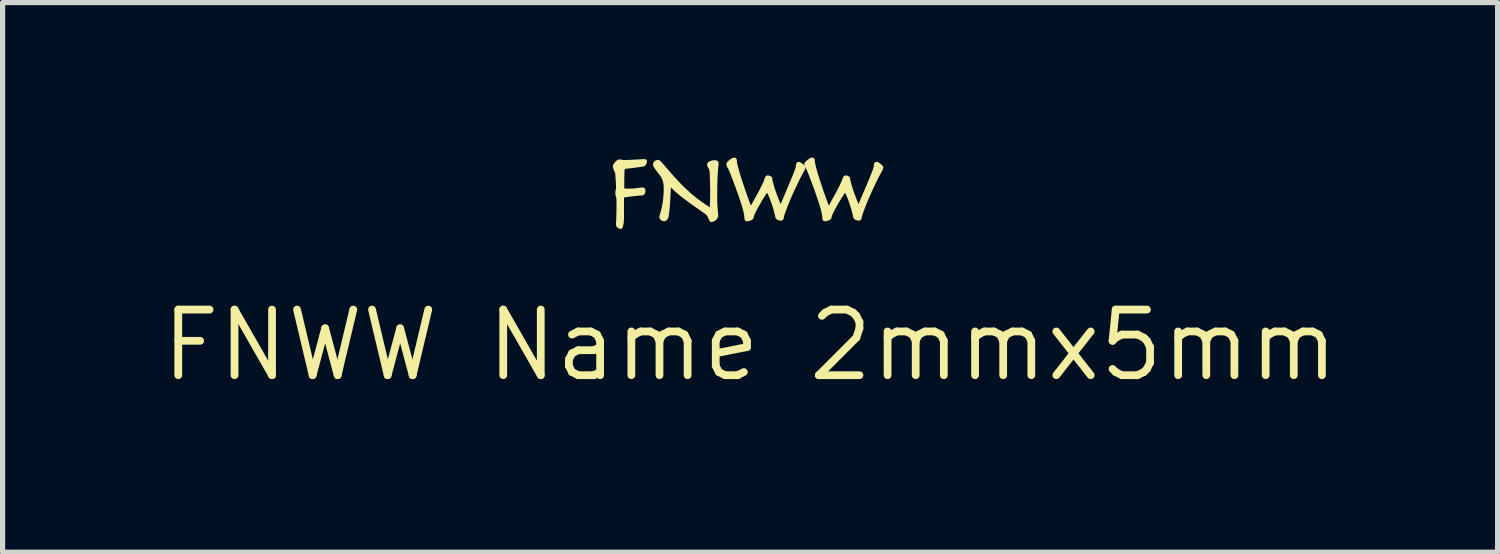
<source format=kicad_pcb>
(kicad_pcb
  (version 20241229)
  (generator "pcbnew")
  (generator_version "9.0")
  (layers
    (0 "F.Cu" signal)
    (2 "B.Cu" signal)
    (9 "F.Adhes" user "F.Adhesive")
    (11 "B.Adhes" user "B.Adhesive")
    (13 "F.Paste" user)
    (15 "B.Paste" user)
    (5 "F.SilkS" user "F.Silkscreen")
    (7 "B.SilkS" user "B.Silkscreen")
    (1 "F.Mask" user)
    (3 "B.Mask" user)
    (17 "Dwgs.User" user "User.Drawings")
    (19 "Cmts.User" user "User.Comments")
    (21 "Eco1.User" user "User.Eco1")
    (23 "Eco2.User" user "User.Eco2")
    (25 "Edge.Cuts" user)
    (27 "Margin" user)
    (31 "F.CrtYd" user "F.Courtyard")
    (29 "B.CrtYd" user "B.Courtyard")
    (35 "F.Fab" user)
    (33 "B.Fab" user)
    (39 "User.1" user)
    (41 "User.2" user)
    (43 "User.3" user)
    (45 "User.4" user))
  (footprint "FNWW Name 2mmx5mm"
    (layer "F.Cu")
    (at 11.468 1.632)
    (property "Reference" "FNWW Name 2mmx5mm" (at 0 2 0) (layer "F.SilkS") (effects (font (size 1.27 1.27) (thickness 0.15))))
    (fp_poly (pts (xy -2.039 -1.576) (xy -2.039 -1.576) (xy -2.038 -1.576) (xy -2.038 -1.576) (xy -2.037 -1.576) (xy -2.036 -1.576) (xy -2.036 -1.576) (xy -2.035 -1.575) (xy -2.034 -1.575) (xy -2.033 -1.575) (xy -2.033 -1.574) (xy -2.032 -1.574) (xy -2.031 -1.574) (xy -2.03 -1.573) (xy -2.03 -1.573) (xy -2.029 -1.572) (xy -2.028 -1.572) (xy -2.028 -1.572) (xy -2.028 -1.572) (xy -2.027 -1.571) (xy -2.027 -1.571) (xy -2.027 -1.571) (xy -2.026 -1.57) (xy -2.026 -1.57) (xy -2.026 -1.57) (xy -2.025 -1.569) (xy -2.025 -1.569) (xy -2.025 -1.568) (xy -2.025 -1.568) (xy -2.024 -1.568) (xy -2.024 -1.567) (xy -2.024 -1.567) (xy -2.024 -1.566) (xy -2.024 -1.566) (xy -2.023 -1.565) (xy -2.023 -1.565) (xy -2.023 -1.564) (xy -2.023 -1.563) (xy -2.023 -1.562) (xy -2.023 -1.561) (xy -2.023 -1.56) (xy -2.022 -1.558) (xy -2.022 -1.557) (xy -2.022 -1.556) (xy -2.022 -1.555) (xy -2.023 -1.555) (xy -2.023 -1.554) (xy -2.023 -1.553) (xy -2.023 -1.552) (xy -2.023 -1.551) (xy -2.023 -1.55) (xy -2.024 -1.549) (xy -2.024 -1.547) (xy -2.025 -1.545) (xy -2.025 -1.542) (xy -2.026 -1.54) (xy -2.027 -1.537) (xy -2.029 -1.534) (xy -2.03 -1.531) (xy -2.031 -1.528) (xy -2.032 -1.525) (xy -2.033 -1.523) (xy -2.035 -1.52) (xy -2.036 -1.517) (xy -2.037 -1.515) (xy -2.039 -1.512) (xy -2.04 -1.51) (xy -2.042 -1.507) (xy -2.044 -1.505) (xy -2.045 -1.502) (xy -2.047 -1.5) (xy -2.049 -1.498) (xy -2.05 -1.497) (xy -2.051 -1.496) (xy -2.052 -1.495) (xy -2.052 -1.494) (xy -2.053 -1.493) (xy -2.054 -1.492) (xy -2.055 -1.492) (xy -2.056 -1.491) (xy -2.057 -1.49) (xy -2.058 -1.49) (xy -2.059 -1.489) (xy -2.06 -1.489) (xy -2.061 -1.488) (xy -2.062 -1.488) (xy -2.063 -1.487) (xy -2.064 -1.487) (xy -2.073 -1.485) (xy -2.083 -1.483) (xy -2.094 -1.482) (xy -2.105 -1.48) (xy -2.128 -1.476) (xy -2.153 -1.473) (xy -2.26 -1.459) (xy -2.362 -1.447) (xy -2.384 -1.444) (xy -2.404 -1.441) (xy -2.421 -1.438) (xy -2.429 -1.436) (xy -2.436 -1.435) (xy -2.437 -1.435) (xy -2.438 -1.434) (xy -2.439 -1.434) (xy -2.44 -1.434) (xy -2.441 -1.433) (xy -2.442 -1.433) (xy -2.442 -1.432) (xy -2.443 -1.432) (xy -2.444 -1.431) (xy -2.445 -1.43) (xy -2.445 -1.43) (xy -2.446 -1.429) (xy -2.447 -1.428) (xy -2.447 -1.427) (xy -2.448 -1.426) (xy -2.448 -1.425) (xy -2.449 -1.424) (xy -2.449 -1.423) (xy -2.45 -1.421) (xy -2.45 -1.42) (xy -2.451 -1.418) (xy -2.451 -1.416) (xy -2.452 -1.414) (xy -2.452 -1.411) (xy -2.452 -1.409) (xy -2.453 -1.406) (xy -2.454 -1.399) (xy -2.455 -1.392) (xy -2.455 -1.385) (xy -2.457 -1.37) (xy -2.458 -1.355) (xy -2.459 -1.324) (xy -2.46 -1.29) (xy -2.461 -1.254) (xy -2.462 -1.104) (xy -2.46 -1.005) (xy -2.334 -1.005) (xy -2.313 -1.005) (xy -2.294 -1.006) (xy -2.274 -1.006) (xy -2.255 -1.008) (xy -2.237 -1.009) (xy -2.22 -1.011) (xy -2.203 -1.013) (xy -2.186 -1.016) (xy -2.17 -1.018) (xy -2.155 -1.02) (xy -2.141 -1.022) (xy -2.128 -1.024) (xy -2.116 -1.025) (xy -2.104 -1.026) (xy -2.093 -1.026) (xy -2.083 -1.026) (xy -2.081 -1.026) (xy -2.079 -1.026) (xy -2.078 -1.026) (xy -2.076 -1.026) (xy -2.074 -1.025) (xy -2.073 -1.025) (xy -2.071 -1.025) (xy -2.07 -1.024) (xy -2.068 -1.023) (xy -2.067 -1.023) (xy -2.066 -1.022) (xy -2.065 -1.021) (xy -2.063 -1.02) (xy -2.062 -1.02) (xy -2.061 -1.019) (xy -2.06 -1.018) (xy -2.059 -1.016) (xy -2.059 -1.015) (xy -2.058 -1.014) (xy -2.057 -1.013) (xy -2.056 -1.011) (xy -2.056 -1.01) (xy -2.055 -1.008) (xy -2.055 -1.007) (xy -2.054 -1.005) (xy -2.054 -1.003) (xy -2.054 -1.001) (xy -2.053 -1) (xy -2.053 -0.998) (xy -2.053 -0.996) (xy -2.053 -0.993) (xy -2.053 -0.991) (xy -2.053 -0.988) (xy -2.053 -0.984) (xy -2.053 -0.98) (xy -2.053 -0.977) (xy -2.054 -0.973) (xy -2.054 -0.97) (xy -2.055 -0.967) (xy -2.056 -0.964) (xy -2.056 -0.961) (xy -2.057 -0.958) (xy -2.058 -0.955) (xy -2.059 -0.952) (xy -2.06 -0.95) (xy -2.061 -0.947) (xy -2.063 -0.945) (xy -2.064 -0.943) (xy -2.065 -0.941) (xy -2.067 -0.939) (xy -2.068 -0.937) (xy -2.07 -0.935) (xy -2.071 -0.934) (xy -2.073 -0.932) (xy -2.075 -0.931) (xy -2.076 -0.93) (xy -2.078 -0.929) (xy -2.08 -0.928) (xy -2.081 -0.928) (xy -2.082 -0.927) (xy -2.083 -0.927) (xy -2.083 -0.927) (xy -2.084 -0.926) (xy -2.085 -0.926) (xy -2.086 -0.926) (xy -2.087 -0.926) (xy -2.089 -0.926) (xy -2.091 -0.925) (xy -2.098 -0.925) (xy -2.106 -0.925) (xy -2.115 -0.925) (xy -2.124 -0.924) (xy -2.135 -0.924) (xy -2.146 -0.923) (xy -2.17 -0.921) (xy -2.196 -0.918) (xy -2.223 -0.915) (xy -2.251 -0.912) (xy -2.279 -0.909) (xy -2.307 -0.906) (xy -2.334 -0.902) (xy -2.361 -0.898) (xy -2.388 -0.895) (xy -2.412 -0.891) (xy -2.433 -0.887) (xy -2.451 -0.884) (xy -2.467 -0.881) (xy -2.467 -0.476) (xy -2.468 -0.428) (xy -2.469 -0.419) (xy -2.469 -0.411) (xy -2.47 -0.403) (xy -2.471 -0.395) (xy -2.471 -0.387) (xy -2.472 -0.378) (xy -2.473 -0.37) (xy -2.475 -0.362) (xy -2.476 -0.354) (xy -2.477 -0.346) (xy -2.479 -0.338) (xy -2.48 -0.331) (xy -2.482 -0.324) (xy -2.483 -0.317) (xy -2.485 -0.31) (xy -2.487 -0.304) (xy -2.487 -0.301) (xy -2.488 -0.298) (xy -2.489 -0.295) (xy -2.49 -0.293) (xy -2.491 -0.29) (xy -2.493 -0.288) (xy -2.494 -0.287) (xy -2.495 -0.285) (xy -2.496 -0.283) (xy -2.497 -0.282) (xy -2.498 -0.281) (xy -2.5 -0.28) (xy -2.501 -0.279) (xy -2.502 -0.279) (xy -2.504 -0.279) (xy -2.505 -0.279) (xy -2.506 -0.279) (xy -2.507 -0.279) (xy -2.508 -0.279) (xy -2.509 -0.279) (xy -2.51 -0.279) (xy -2.511 -0.279) (xy -2.513 -0.279) (xy -2.514 -0.28) (xy -2.515 -0.28) (xy -2.516 -0.28) (xy -2.517 -0.281) (xy -2.519 -0.281) (xy -2.52 -0.282) (xy -2.521 -0.282) (xy -2.523 -0.283) (xy -2.524 -0.283) (xy -2.527 -0.285) (xy -2.53 -0.286) (xy -2.532 -0.287) (xy -2.535 -0.289) (xy -2.537 -0.291) (xy -2.54 -0.292) (xy -2.542 -0.294) (xy -2.545 -0.296) (xy -2.547 -0.298) (xy -2.55 -0.3) (xy -2.552 -0.302) (xy -2.554 -0.304) (xy -2.556 -0.306) (xy -2.558 -0.308) (xy -2.56 -0.31) (xy -2.562 -0.312) (xy -2.563 -0.314) (xy -2.563 -0.315) (xy -2.564 -0.316) (xy -2.565 -0.317) (xy -2.565 -0.318) (xy -2.566 -0.319) (xy -2.567 -0.32) (xy -2.567 -0.321) (xy -2.567 -0.323) (xy -2.568 -0.324) (xy -2.568 -0.325) (xy -2.568 -0.326) (xy -2.569 -0.327) (xy -2.569 -0.328) (xy -2.569 -0.33) (xy -2.569 -0.331) (xy -2.569 -0.341) (xy -2.568 -0.351) (xy -2.568 -0.363) (xy -2.567 -0.374) (xy -2.564 -0.446) (xy -2.561 -0.576) (xy -2.56 -0.62) (xy -2.56 -0.672) (xy -2.559 -0.794) (xy -2.559 -0.802) (xy -2.559 -0.809) (xy -2.56 -0.817) (xy -2.56 -0.823) (xy -2.561 -0.83) (xy -2.561 -0.836) (xy -2.562 -0.841) (xy -2.562 -0.846) (xy -2.563 -0.851) (xy -2.564 -0.856) (xy -2.565 -0.86) (xy -2.566 -0.864) (xy -2.567 -0.869) (xy -2.568 -0.873) (xy -2.569 -0.877) (xy -2.57 -0.881) (xy -2.573 -0.889) (xy -2.575 -0.896) (xy -2.576 -0.9) (xy -2.577 -0.904) (xy -2.578 -0.907) (xy -2.578 -0.911) (xy -2.579 -0.915) (xy -2.58 -0.919) (xy -2.58 -0.923) (xy -2.581 -0.927) (xy -2.581 -0.931) (xy -2.581 -0.935) (xy -2.582 -0.94) (xy -2.582 -0.945) (xy -2.582 -0.953) (xy -2.581 -0.96) (xy -2.581 -0.968) (xy -2.58 -0.975) (xy -2.579 -0.982) (xy -2.578 -0.989) (xy -2.576 -0.996) (xy -2.574 -1.003) (xy -2.573 -1.01) (xy -2.571 -1.017) (xy -2.57 -1.024) (xy -2.569 -1.032) (xy -2.568 -1.039) (xy -2.568 -1.047) (xy -2.567 -1.055) (xy -2.567 -1.063) (xy -2.567 -1.066) (xy -2.567 -1.07) (xy -2.568 -1.08) (xy -2.569 -1.093) (xy -2.57 -1.109) (xy -2.574 -1.184) (xy -2.58 -1.269) (xy -2.585 -1.342) (xy -2.59 -1.35) (xy -2.594 -1.358) (xy -2.598 -1.367) (xy -2.602 -1.375) (xy -2.606 -1.383) (xy -2.61 -1.391) (xy -2.613 -1.4) (xy -2.617 -1.408) (xy -2.62 -1.416) (xy -2.622 -1.424) (xy -2.625 -1.431) (xy -2.626 -1.438) (xy -2.628 -1.444) (xy -2.628 -1.448) (xy -2.629 -1.451) (xy -2.629 -1.454) (xy -2.629 -1.457) (xy -2.63 -1.459) (xy -2.63 -1.462) (xy -2.63 -1.463) (xy -2.629 -1.465) (xy -2.629 -1.466) (xy -2.629 -1.467) (xy -2.629 -1.469) (xy -2.628 -1.471) (xy -2.628 -1.472) (xy -2.627 -1.474) (xy -2.626 -1.476) (xy -2.625 -1.478) (xy -2.625 -1.479) (xy -2.624 -1.481) (xy -2.623 -1.484) (xy -2.622 -1.486) (xy -2.62 -1.488) (xy -2.619 -1.49) (xy -2.616 -1.495) (xy -2.614 -1.499) (xy -2.611 -1.504) (xy -2.608 -1.508) (xy -2.604 -1.513) (xy -2.601 -1.517) (xy -2.597 -1.522) (xy -2.594 -1.526) (xy -2.59 -1.53) (xy -2.586 -1.534) (xy -2.582 -1.538) (xy -2.578 -1.542) (xy -2.574 -1.546) (xy -2.57 -1.549) (xy -2.566 -1.553) (xy -2.562 -1.556) (xy -2.56 -1.558) (xy -2.559 -1.559) (xy -2.557 -1.56) (xy -2.555 -1.561) (xy -2.553 -1.563) (xy -2.551 -1.564) (xy -2.549 -1.565) (xy -2.548 -1.565) (xy -2.546 -1.566) (xy -2.544 -1.567) (xy -2.543 -1.567) (xy -2.541 -1.568) (xy -2.54 -1.568) (xy -2.538 -1.568) (xy -2.537 -1.569) (xy -2.535 -1.569) (xy -2.53 -1.568) (xy -2.525 -1.568) (xy -2.519 -1.568) (xy -2.514 -1.567) (xy -2.508 -1.567) (xy -2.502 -1.566) (xy -2.496 -1.565) (xy -2.49 -1.564) (xy -2.483 -1.563) (xy -2.476 -1.562) (xy -2.468 -1.561) (xy -2.46 -1.56) (xy -2.45 -1.56) (xy -2.44 -1.559) (xy -2.43 -1.559) (xy -2.419 -1.559) (xy -2.393 -1.559) (xy -2.366 -1.56) (xy -2.337 -1.561) (xy -2.308 -1.562) (xy -2.196 -1.568) (xy -2.1 -1.573) (xy -2.08 -1.575) (xy -2.064 -1.576) (xy -2.05 -1.576) (xy -2.04 -1.576)) (stroke (width 0.053) (type solid)) (fill yes) (layer "F.SilkS"))
    (fp_poly (pts (xy -1.781 -1.561) (xy -1.78 -1.561) (xy -1.779 -1.561) (xy -1.779 -1.561) (xy -1.778 -1.561) (xy -1.777 -1.56) (xy -1.777 -1.56) (xy -1.776 -1.56) (xy -1.776 -1.56) (xy -1.775 -1.56) (xy -1.774 -1.559) (xy -1.774 -1.559) (xy -1.773 -1.559) (xy -1.772 -1.559) (xy -1.771 -1.558) (xy -1.771 -1.558) (xy -1.77 -1.558) (xy -1.769 -1.557) (xy -1.768 -1.556) (xy -1.767 -1.556) (xy -1.766 -1.555) (xy -1.765 -1.554) (xy -1.764 -1.553) (xy -1.763 -1.552) (xy -1.76 -1.55) (xy -1.757 -1.547) (xy -1.754 -1.544) (xy -1.75 -1.54) (xy -1.746 -1.537) (xy -1.742 -1.532) (xy -1.737 -1.527) (xy -1.732 -1.522) (xy -1.726 -1.516) (xy -1.721 -1.51) (xy -1.714 -1.503) (xy -1.708 -1.496) (xy -1.693 -1.479) (xy -1.676 -1.46) (xy -1.656 -1.437) (xy -1.634 -1.412) (xy -1.572 -1.339) (xy -1.513 -1.272) (xy -1.456 -1.209) (xy -1.402 -1.15) (xy -1.375 -1.122) (xy -1.349 -1.095) (xy -1.323 -1.069) (xy -1.296 -1.043) (xy -1.27 -1.018) (xy -1.245 -0.994) (xy -1.219 -0.97) (xy -1.193 -0.947) (xy -1.168 -0.924) (xy -1.142 -0.902) (xy -1.116 -0.881) (xy -1.09 -0.859) (xy -1.064 -0.839) (xy -1.039 -0.818) (xy -1.012 -0.799) (xy -0.986 -0.779) (xy -0.96 -0.76) (xy -0.933 -0.741) (xy -0.905 -0.722) (xy -0.877 -0.703) (xy -0.848 -0.683) (xy -0.819 -0.664) (xy -0.759 -0.625) (xy -0.753 -0.701) (xy -0.749 -0.763) (xy -0.747 -0.822) (xy -0.746 -0.887) (xy -0.746 -0.949) (xy -0.747 -1.009) (xy -0.748 -1.067) (xy -0.749 -1.121) (xy -0.755 -1.338) (xy -0.756 -1.348) (xy -0.757 -1.356) (xy -0.758 -1.365) (xy -0.759 -1.373) (xy -0.76 -1.38) (xy -0.761 -1.387) (xy -0.763 -1.394) (xy -0.765 -1.4) (xy -0.767 -1.406) (xy -0.769 -1.411) (xy -0.771 -1.416) (xy -0.773 -1.421) (xy -0.775 -1.426) (xy -0.777 -1.431) (xy -0.78 -1.435) (xy -0.782 -1.439) (xy -0.798 -1.466) (xy -0.799 -1.467) (xy -0.799 -1.469) (xy -0.8 -1.47) (xy -0.801 -1.472) (xy -0.802 -1.474) (xy -0.802 -1.475) (xy -0.803 -1.477) (xy -0.803 -1.479) (xy -0.804 -1.48) (xy -0.804 -1.482) (xy -0.804 -1.484) (xy -0.805 -1.486) (xy -0.805 -1.487) (xy -0.805 -1.489) (xy -0.805 -1.491) (xy -0.805 -1.493) (xy -0.805 -1.495) (xy -0.805 -1.497) (xy -0.805 -1.499) (xy -0.804 -1.501) (xy -0.804 -1.503) (xy -0.803 -1.505) (xy -0.803 -1.507) (xy -0.802 -1.509) (xy -0.801 -1.511) (xy -0.8 -1.513) (xy -0.799 -1.514) (xy -0.798 -1.516) (xy -0.797 -1.518) (xy -0.795 -1.519) (xy -0.794 -1.521) (xy -0.792 -1.522) (xy -0.791 -1.524) (xy -0.789 -1.525) (xy -0.787 -1.526) (xy -0.785 -1.528) (xy -0.784 -1.529) (xy -0.782 -1.53) (xy -0.78 -1.531) (xy -0.778 -1.532) (xy -0.776 -1.534) (xy -0.774 -1.535) (xy -0.772 -1.536) (xy -0.77 -1.537) (xy -0.768 -1.538) (xy -0.766 -1.539) (xy -0.763 -1.54) (xy -0.761 -1.54) (xy -0.756 -1.542) (xy -0.752 -1.544) (xy -0.747 -1.545) (xy -0.742 -1.547) (xy -0.737 -1.548) (xy -0.733 -1.549) (xy -0.728 -1.55) (xy -0.723 -1.551) (xy -0.718 -1.552) (xy -0.713 -1.553) (xy -0.709 -1.554) (xy -0.704 -1.554) (xy -0.7 -1.554) (xy -0.696 -1.555) (xy -0.692 -1.555) (xy -0.688 -1.555) (xy -0.686 -1.555) (xy -0.684 -1.555) (xy -0.682 -1.555) (xy -0.68 -1.555) (xy -0.677 -1.554) (xy -0.675 -1.554) (xy -0.673 -1.554) (xy -0.671 -1.553) (xy -0.669 -1.553) (xy -0.666 -1.552) (xy -0.664 -1.552) (xy -0.662 -1.551) (xy -0.66 -1.551) (xy -0.658 -1.55) (xy -0.655 -1.549) (xy -0.653 -1.548) (xy -0.652 -1.548) (xy -0.651 -1.547) (xy -0.65 -1.547) (xy -0.649 -1.546) (xy -0.648 -1.546) (xy -0.647 -1.545) (xy -0.646 -1.544) (xy -0.646 -1.544) (xy -0.645 -1.543) (xy -0.644 -1.542) (xy -0.643 -1.541) (xy -0.643 -1.541) (xy -0.642 -1.54) (xy -0.641 -1.539) (xy -0.641 -1.538) (xy -0.64 -1.537) (xy -0.64 -1.536) (xy -0.639 -1.535) (xy -0.639 -1.534) (xy -0.638 -1.533) (xy -0.638 -1.531) (xy -0.637 -1.53) (xy -0.637 -1.529) (xy -0.637 -1.528) (xy -0.636 -1.526) (xy -0.636 -1.525) (xy -0.636 -1.524) (xy -0.636 -1.522) (xy -0.636 -1.521) (xy -0.636 -1.519) (xy -0.636 -1.516) (xy -0.636 -1.512) (xy -0.636 -1.508) (xy -0.636 -1.503) (xy -0.637 -1.498) (xy -0.637 -1.492) (xy -0.638 -1.486) (xy -0.639 -1.48) (xy -0.64 -1.474) (xy -0.641 -1.466) (xy -0.642 -1.458) (xy -0.644 -1.436) (xy -0.647 -1.41) (xy -0.649 -1.378) (xy -0.652 -1.34) (xy -0.654 -1.294) (xy -0.657 -1.242) (xy -0.659 -1.182) (xy -0.661 -1.113) (xy -0.662 -1.033) (xy -0.663 -0.941) (xy -0.663 -0.838) (xy -0.663 -0.806) (xy -0.662 -0.777) (xy -0.661 -0.749) (xy -0.66 -0.723) (xy -0.659 -0.699) (xy -0.658 -0.677) (xy -0.656 -0.656) (xy -0.654 -0.636) (xy -0.648 -0.569) (xy -0.647 -0.555) (xy -0.646 -0.541) (xy -0.645 -0.527) (xy -0.645 -0.513) (xy -0.645 -0.51) (xy -0.645 -0.507) (xy -0.646 -0.504) (xy -0.646 -0.501) (xy -0.646 -0.498) (xy -0.647 -0.495) (xy -0.648 -0.492) (xy -0.648 -0.489) (xy -0.649 -0.486) (xy -0.65 -0.484) (xy -0.651 -0.481) (xy -0.652 -0.478) (xy -0.654 -0.476) (xy -0.655 -0.473) (xy -0.656 -0.471) (xy -0.658 -0.468) (xy -0.66 -0.466) (xy -0.661 -0.464) (xy -0.663 -0.461) (xy -0.665 -0.459) (xy -0.666 -0.457) (xy -0.668 -0.455) (xy -0.67 -0.453) (xy -0.672 -0.451) (xy -0.674 -0.449) (xy -0.676 -0.447) (xy -0.677 -0.445) (xy -0.679 -0.443) (xy -0.681 -0.441) (xy -0.683 -0.44) (xy -0.685 -0.438) (xy -0.688 -0.436) (xy -0.69 -0.435) (xy -0.692 -0.433) (xy -0.694 -0.432) (xy -0.696 -0.431) (xy -0.698 -0.429) (xy -0.7 -0.428) (xy -0.702 -0.427) (xy -0.705 -0.426) (xy -0.707 -0.424) (xy -0.709 -0.423) (xy -0.711 -0.422) (xy -0.713 -0.421) (xy -0.715 -0.42) (xy -0.718 -0.42) (xy -0.72 -0.419) (xy -0.722 -0.418) (xy -0.726 -0.417) (xy -0.73 -0.415) (xy -0.734 -0.414) (xy -0.738 -0.414) (xy -0.741 -0.413) (xy -0.745 -0.413) (xy -0.748 -0.412) (xy -0.749 -0.412) (xy -0.751 -0.412) (xy -0.751 -0.412) (xy -0.752 -0.412) (xy -0.752 -0.412) (xy -0.753 -0.412) (xy -0.754 -0.413) (xy -0.754 -0.413) (xy -0.755 -0.413) (xy -0.755 -0.413) (xy -0.756 -0.413) (xy -0.756 -0.414) (xy -0.757 -0.414) (xy -0.758 -0.415) (xy -0.758 -0.415) (xy -0.759 -0.415) (xy -0.759 -0.416) (xy -0.76 -0.416) (xy -0.76 -0.417) (xy -0.761 -0.417) (xy -0.761 -0.418) (xy -0.762 -0.419) (xy -0.763 -0.42) (xy -0.764 -0.421) (xy -0.765 -0.423) (xy -0.766 -0.425) (xy -0.767 -0.427) (xy -0.767 -0.429) (xy -0.784 -0.467) (xy -0.787 -0.473) (xy -0.789 -0.479) (xy -0.792 -0.485) (xy -0.795 -0.49) (xy -0.798 -0.496) (xy -0.801 -0.502) (xy -0.804 -0.509) (xy -0.807 -0.515) (xy -0.809 -0.518) (xy -0.811 -0.521) (xy -0.813 -0.524) (xy -0.815 -0.527) (xy -0.817 -0.53) (xy -0.819 -0.533) (xy -0.821 -0.535) (xy -0.824 -0.538) (xy -0.826 -0.541) (xy -0.828 -0.543) (xy -0.831 -0.546) (xy -0.834 -0.548) (xy -0.836 -0.551) (xy -0.839 -0.553) (xy -0.842 -0.555) (xy -0.845 -0.557) (xy -1.067 -0.713) (xy -1.113 -0.746) (xy -1.155 -0.776) (xy -1.194 -0.805) (xy -1.23 -0.832) (xy -1.263 -0.856) (xy -1.293 -0.88) (xy -1.321 -0.901) (xy -1.347 -0.922) (xy -1.37 -0.941) (xy -1.392 -0.959) (xy -1.412 -0.976) (xy -1.43 -0.993) (xy -1.448 -1.01) (xy -1.465 -1.025) (xy -1.473 -1.033) (xy -1.48 -1.041) (xy -1.488 -1.049) (xy -1.495 -1.056) (xy -1.51 -1.071) (xy -1.524 -1.087) (xy -1.538 -1.103) (xy -1.553 -1.119) (xy -1.555 -1.096) (xy -1.557 -1.069) (xy -1.559 -1.038) (xy -1.562 -1.003) (xy -1.57 -0.843) (xy -1.573 -0.8) (xy -1.576 -0.757) (xy -1.579 -0.713) (xy -1.582 -0.67) (xy -1.586 -0.627) (xy -1.59 -0.587) (xy -1.595 -0.549) (xy -1.601 -0.513) (xy -1.602 -0.507) (xy -1.603 -0.502) (xy -1.604 -0.497) (xy -1.605 -0.492) (xy -1.607 -0.487) (xy -1.608 -0.483) (xy -1.609 -0.478) (xy -1.611 -0.474) (xy -1.613 -0.47) (xy -1.614 -0.466) (xy -1.616 -0.463) (xy -1.618 -0.459) (xy -1.62 -0.456) (xy -1.622 -0.453) (xy -1.624 -0.45) (xy -1.626 -0.447) (xy -1.628 -0.444) (xy -1.631 -0.442) (xy -1.633 -0.44) (xy -1.635 -0.438) (xy -1.637 -0.436) (xy -1.64 -0.434) (xy -1.642 -0.432) (xy -1.644 -0.431) (xy -1.646 -0.43) (xy -1.649 -0.429) (xy -1.651 -0.428) (xy -1.653 -0.427) (xy -1.656 -0.427) (xy -1.658 -0.426) (xy -1.661 -0.426) (xy -1.663 -0.426) (xy -1.664 -0.426) (xy -1.665 -0.426) (xy -1.666 -0.426) (xy -1.667 -0.426) (xy -1.668 -0.426) (xy -1.67 -0.426) (xy -1.671 -0.426) (xy -1.672 -0.427) (xy -1.675 -0.427) (xy -1.677 -0.428) (xy -1.68 -0.429) (xy -1.683 -0.43) (xy -1.684 -0.43) (xy -1.686 -0.431) (xy -1.687 -0.431) (xy -1.689 -0.432) (xy -1.69 -0.432) (xy -1.692 -0.433) (xy -1.693 -0.434) (xy -1.695 -0.434) (xy -1.696 -0.435) (xy -1.697 -0.436) (xy -1.699 -0.437) (xy -1.7 -0.438) (xy -1.701 -0.438) (xy -1.703 -0.439) (xy -1.704 -0.44) (xy -1.705 -0.441) (xy -1.707 -0.442) (xy -1.708 -0.443) (xy -1.709 -0.444) (xy -1.71 -0.445) (xy -1.711 -0.446) (xy -1.713 -0.447) (xy -1.714 -0.448) (xy -1.715 -0.449) (xy -1.716 -0.451) (xy -1.717 -0.452) (xy -1.718 -0.453) (xy -1.719 -0.454) (xy -1.72 -0.455) (xy -1.721 -0.456) (xy -1.722 -0.457) (xy -1.723 -0.459) (xy -1.724 -0.46) (xy -1.725 -0.461) (xy -1.725 -0.462) (xy -1.726 -0.464) (xy -1.727 -0.465) (xy -1.727 -0.466) (xy -1.728 -0.468) (xy -1.728 -0.469) (xy -1.729 -0.47) (xy -1.729 -0.472) (xy -1.729 -0.473) (xy -1.73 -0.474) (xy -1.73 -0.476) (xy -1.73 -0.477) (xy -1.73 -0.479) (xy -1.73 -0.48) (xy -1.73 -0.482) (xy -1.73 -0.485) (xy -1.73 -0.488) (xy -1.729 -0.491) (xy -1.729 -0.494) (xy -1.728 -0.497) (xy -1.727 -0.501) (xy -1.727 -0.504) (xy -1.725 -0.512) (xy -1.722 -0.52) (xy -1.72 -0.529) (xy -1.716 -0.539) (xy -1.713 -0.549) (xy -1.71 -0.561) (xy -1.706 -0.573) (xy -1.702 -0.586) (xy -1.699 -0.599) (xy -1.695 -0.614) (xy -1.691 -0.629) (xy -1.688 -0.646) (xy -1.684 -0.663) (xy -1.68 -0.681) (xy -1.677 -0.7) (xy -1.673 -0.72) (xy -1.669 -0.74) (xy -1.666 -0.762) (xy -1.659 -0.808) (xy -1.656 -0.833) (xy -1.653 -0.858) (xy -1.651 -0.885) (xy -1.649 -0.913) (xy -1.647 -0.941) (xy -1.646 -0.971) (xy -1.646 -1.002) (xy -1.645 -1.034) (xy -1.646 -1.057) (xy -1.647 -1.079) (xy -1.648 -1.099) (xy -1.65 -1.119) (xy -1.653 -1.138) (xy -1.657 -1.157) (xy -1.661 -1.174) (xy -1.665 -1.19) (xy -1.668 -1.198) (xy -1.671 -1.206) (xy -1.674 -1.213) (xy -1.677 -1.221) (xy -1.68 -1.229) (xy -1.684 -1.237) (xy -1.688 -1.244) (xy -1.692 -1.252) (xy -1.696 -1.26) (xy -1.701 -1.267) (xy -1.705 -1.275) (xy -1.71 -1.283) (xy -1.715 -1.29) (xy -1.72 -1.298) (xy -1.726 -1.305) (xy -1.732 -1.313) (xy -1.796 -1.397) (xy -1.807 -1.412) (xy -1.817 -1.426) (xy -1.821 -1.433) (xy -1.825 -1.439) (xy -1.829 -1.444) (xy -1.832 -1.449) (xy -1.835 -1.454) (xy -1.838 -1.459) (xy -1.841 -1.463) (xy -1.843 -1.467) (xy -1.845 -1.471) (xy -1.847 -1.475) (xy -1.848 -1.478) (xy -1.849 -1.48) (xy -1.85 -1.483) (xy -1.851 -1.486) (xy -1.851 -1.487) (xy -1.852 -1.488) (xy -1.852 -1.49) (xy -1.852 -1.491) (xy -1.852 -1.492) (xy -1.853 -1.493) (xy -1.853 -1.495) (xy -1.853 -1.496) (xy -1.853 -1.497) (xy -1.853 -1.498) (xy -1.853 -1.5) (xy -1.853 -1.501) (xy -1.853 -1.503) (xy -1.853 -1.505) (xy -1.852 -1.507) (xy -1.852 -1.51) (xy -1.851 -1.512) (xy -1.85 -1.514) (xy -1.849 -1.517) (xy -1.848 -1.519) (xy -1.847 -1.522) (xy -1.845 -1.524) (xy -1.843 -1.527) (xy -1.841 -1.529) (xy -1.839 -1.532) (xy -1.837 -1.534) (xy -1.835 -1.537) (xy -1.832 -1.54) (xy -1.83 -1.542) (xy -1.827 -1.545) (xy -1.824 -1.547) (xy -1.821 -1.549) (xy -1.818 -1.551) (xy -1.815 -1.553) (xy -1.812 -1.554) (xy -1.809 -1.556) (xy -1.806 -1.557) (xy -1.803 -1.558) (xy -1.799 -1.559) (xy -1.796 -1.559) (xy -1.792 -1.56) (xy -1.789 -1.56) (xy -1.785 -1.561) (xy -1.781 -1.561)) (stroke (width 0.053) (type solid)) (fill yes) (layer "F.SilkS"))
    (fp_poly (pts (xy -0.31 -1.605) (xy -0.308 -1.605) (xy -0.306 -1.605) (xy -0.305 -1.605) (xy -0.303 -1.605) (xy -0.302 -1.604) (xy -0.3 -1.604) (xy -0.299 -1.603) (xy -0.297 -1.603) (xy -0.296 -1.602) (xy -0.295 -1.601) (xy -0.294 -1.601) (xy -0.293 -1.6) (xy -0.292 -1.599) (xy -0.291 -1.598) (xy -0.29 -1.597) (xy -0.289 -1.596) (xy -0.288 -1.595) (xy -0.287 -1.594) (xy -0.287 -1.593) (xy -0.286 -1.591) (xy -0.285 -1.59) (xy -0.285 -1.588) (xy -0.284 -1.587) (xy -0.284 -1.585) (xy -0.284 -1.584) (xy -0.283 -1.582) (xy -0.283 -1.58) (xy -0.283 -1.578) (xy -0.283 -1.576) (xy -0.283 -1.574) (xy -0.283 -1.572) (xy -0.282 -1.569) (xy -0.282 -1.565) (xy -0.282 -1.555) (xy -0.28 -1.545) (xy -0.278 -1.533) (xy -0.276 -1.52) (xy -0.273 -1.506) (xy -0.27 -1.49) (xy -0.266 -1.474) (xy -0.257 -1.437) (xy -0.246 -1.399) (xy -0.235 -1.357) (xy -0.222 -1.313) (xy -0.208 -1.267) (xy -0.193 -1.219) (xy -0.178 -1.171) (xy -0.161 -1.121) (xy -0.128 -1.022) (xy -0.095 -0.926) (xy -0.079 -0.881) (xy -0.063 -0.837) (xy -0.048 -0.795) (xy -0.033 -0.756) (xy -0.02 -0.72) (xy -0.007 -0.689) (xy 0.004 -0.662) (xy 0.013 -0.641) (xy 0.016 -0.647) (xy 0.019 -0.654) (xy 0.027 -0.669) (xy 0.037 -0.686) (xy 0.047 -0.706) (xy 0.099 -0.8) (xy 0.16 -0.91) (xy 0.176 -0.939) (xy 0.191 -0.967) (xy 0.206 -0.996) (xy 0.22 -1.023) (xy 0.234 -1.05) (xy 0.246 -1.077) (xy 0.259 -1.102) (xy 0.27 -1.126) (xy 0.276 -1.138) (xy 0.281 -1.149) (xy 0.285 -1.159) (xy 0.289 -1.169) (xy 0.293 -1.179) (xy 0.297 -1.188) (xy 0.3 -1.196) (xy 0.302 -1.204) (xy 0.305 -1.213) (xy 0.308 -1.221) (xy 0.311 -1.228) (xy 0.314 -1.234) (xy 0.316 -1.24) (xy 0.319 -1.244) (xy 0.321 -1.248) (xy 0.322 -1.25) (xy 0.323 -1.251) (xy 0.324 -1.252) (xy 0.325 -1.253) (xy 0.326 -1.254) (xy 0.327 -1.255) (xy 0.328 -1.256) (xy 0.329 -1.257) (xy 0.331 -1.258) (xy 0.332 -1.258) (xy 0.333 -1.259) (xy 0.334 -1.259) (xy 0.335 -1.26) (xy 0.337 -1.26) (xy 0.338 -1.26) (xy 0.339 -1.26) (xy 0.341 -1.261) (xy 0.342 -1.261) (xy 0.343 -1.261) (xy 0.343 -1.261) (xy 0.344 -1.26) (xy 0.345 -1.26) (xy 0.347 -1.26) (xy 0.348 -1.26) (xy 0.35 -1.259) (xy 0.352 -1.259) (xy 0.355 -1.258) (xy 0.357 -1.258) (xy 0.36 -1.257) (xy 0.362 -1.256) (xy 0.365 -1.255) (xy 0.367 -1.255) (xy 0.37 -1.254) (xy 0.372 -1.253) (xy 0.375 -1.252) (xy 0.377 -1.251) (xy 0.378 -1.25) (xy 0.38 -1.25) (xy 0.381 -1.249) (xy 0.382 -1.249) (xy 0.383 -1.248) (xy 0.384 -1.248) (xy 0.385 -1.247) (xy 0.386 -1.246) (xy 0.387 -1.246) (xy 0.388 -1.245) (xy 0.389 -1.244) (xy 0.39 -1.243) (xy 0.391 -1.243) (xy 0.392 -1.242) (xy 0.393 -1.241) (xy 0.394 -1.24) (xy 0.395 -1.239) (xy 0.396 -1.239) (xy 0.397 -1.238) (xy 0.397 -1.237) (xy 0.398 -1.236) (xy 0.398 -1.235) (xy 0.399 -1.235) (xy 0.399 -1.234) (xy 0.4 -1.233) (xy 0.4 -1.232) (xy 0.401 -1.231) (xy 0.401 -1.231) (xy 0.401 -1.23) (xy 0.401 -1.229) (xy 0.401 -1.228) (xy 0.401 -1.228) (xy 0.401 -1.223) (xy 0.402 -1.218) (xy 0.403 -1.211) (xy 0.404 -1.204) (xy 0.407 -1.187) (xy 0.412 -1.167) (xy 0.418 -1.143) (xy 0.426 -1.116) (xy 0.434 -1.085) (xy 0.444 -1.05) (xy 0.456 -1.013) (xy 0.47 -0.972) (xy 0.486 -0.928) (xy 0.503 -0.881) (xy 0.523 -0.83) (xy 0.544 -0.777) (xy 0.568 -0.72) (xy 0.593 -0.66) (xy 0.597 -0.671) (xy 0.601 -0.683) (xy 0.606 -0.696) (xy 0.611 -0.71) (xy 0.623 -0.74) (xy 0.637 -0.773) (xy 0.702 -0.927) (xy 0.774 -1.098) (xy 0.793 -1.141) (xy 0.81 -1.182) (xy 0.827 -1.222) (xy 0.842 -1.261) (xy 0.857 -1.297) (xy 0.87 -1.331) (xy 0.882 -1.362) (xy 0.893 -1.391) (xy 0.897 -1.405) (xy 0.901 -1.417) (xy 0.905 -1.427) (xy 0.908 -1.437) (xy 0.91 -1.446) (xy 0.911 -1.453) (xy 0.912 -1.459) (xy 0.912 -1.462) (xy 0.913 -1.464) (xy 0.913 -1.472) (xy 0.913 -1.48) (xy 0.913 -1.483) (xy 0.914 -1.487) (xy 0.914 -1.49) (xy 0.915 -1.493) (xy 0.915 -1.496) (xy 0.916 -1.498) (xy 0.916 -1.501) (xy 0.917 -1.503) (xy 0.918 -1.505) (xy 0.919 -1.507) (xy 0.92 -1.509) (xy 0.92 -1.51) (xy 0.922 -1.512) (xy 0.923 -1.513) (xy 0.924 -1.514) (xy 0.925 -1.516) (xy 0.926 -1.517) (xy 0.927 -1.517) (xy 0.927 -1.518) (xy 0.928 -1.518) (xy 0.929 -1.518) (xy 0.929 -1.519) (xy 0.93 -1.519) (xy 0.931 -1.52) (xy 0.932 -1.52) (xy 0.932 -1.52) (xy 0.933 -1.52) (xy 0.935 -1.521) (xy 0.936 -1.521) (xy 0.938 -1.522) (xy 0.939 -1.522) (xy 0.941 -1.522) (xy 0.943 -1.522) (xy 0.944 -1.522) (xy 0.945 -1.522) (xy 0.946 -1.522) (xy 0.947 -1.521) (xy 0.949 -1.521) (xy 0.95 -1.521) (xy 0.952 -1.52) (xy 0.953 -1.52) (xy 0.955 -1.519) (xy 0.956 -1.518) (xy 0.958 -1.518) (xy 0.96 -1.517) (xy 0.962 -1.516) (xy 0.964 -1.515) (xy 0.966 -1.514) (xy 0.968 -1.512) (xy 0.972 -1.51) (xy 0.976 -1.507) (xy 0.98 -1.505) (xy 0.984 -1.502) (xy 0.989 -1.499) (xy 0.993 -1.496) (xy 0.997 -1.492) (xy 1.001 -1.489) (xy 1.005 -1.486) (xy 1.009 -1.482) (xy 1.013 -1.479) (xy 1.017 -1.476) (xy 1.021 -1.472) (xy 1.024 -1.469) (xy 1.027 -1.465) (xy 1.031 -1.462) (xy 1.032 -1.46) (xy 1.034 -1.459) (xy 1.035 -1.457) (xy 1.036 -1.456) (xy 1.037 -1.454) (xy 1.039 -1.453) (xy 1.039 -1.451) (xy 1.04 -1.45) (xy 1.041 -1.449) (xy 1.042 -1.447) (xy 1.042 -1.446) (xy 1.043 -1.445) (xy 1.043 -1.444) (xy 1.043 -1.443) (xy 1.043 -1.442) (xy 1.044 -1.441) (xy 1.043 -1.439) (xy 1.043 -1.437) (xy 1.043 -1.436) (xy 1.043 -1.434) (xy 1.043 -1.432) (xy 1.042 -1.43) (xy 1.042 -1.428) (xy 1.042 -1.426) (xy 1.041 -1.424) (xy 1.04 -1.422) (xy 1.04 -1.42) (xy 1.039 -1.418) (xy 1.038 -1.416) (xy 1.037 -1.414) (xy 1.036 -1.412) (xy 1.036 -1.41) (xy 1.033 -1.405) (xy 1.031 -1.4) (xy 1.028 -1.395) (xy 1.025 -1.389) (xy 1.021 -1.382) (xy 1.018 -1.375) (xy 1.014 -1.368) (xy 1.009 -1.36) (xy 0.999 -1.343) (xy 0.988 -1.323) (xy 0.976 -1.3) (xy 0.963 -1.275) (xy 0.948 -1.246) (xy 0.932 -1.214) (xy 0.914 -1.177) (xy 0.895 -1.137) (xy 0.87 -1.084) (xy 0.845 -1.032) (xy 0.82 -0.979) (xy 0.797 -0.926) (xy 0.774 -0.875) (xy 0.752 -0.825) (xy 0.732 -0.776) (xy 0.714 -0.73) (xy 0.696 -0.686) (xy 0.681 -0.645) (xy 0.667 -0.607) (xy 0.654 -0.573) (xy 0.649 -0.557) (xy 0.644 -0.543) (xy 0.64 -0.53) (xy 0.636 -0.518) (xy 0.633 -0.507) (xy 0.631 -0.498) (xy 0.629 -0.49) (xy 0.628 -0.484) (xy 0.627 -0.478) (xy 0.627 -0.473) (xy 0.626 -0.469) (xy 0.625 -0.464) (xy 0.624 -0.46) (xy 0.622 -0.457) (xy 0.621 -0.453) (xy 0.619 -0.45) (xy 0.618 -0.448) (xy 0.616 -0.446) (xy 0.614 -0.444) (xy 0.612 -0.442) (xy 0.611 -0.441) (xy 0.61 -0.441) (xy 0.609 -0.44) (xy 0.608 -0.44) (xy 0.606 -0.44) (xy 0.605 -0.439) (xy 0.603 -0.439) (xy 0.581 -0.44) (xy 0.578 -0.441) (xy 0.574 -0.441) (xy 0.571 -0.442) (xy 0.567 -0.442) (xy 0.564 -0.443) (xy 0.561 -0.444) (xy 0.557 -0.445) (xy 0.554 -0.446) (xy 0.552 -0.447) (xy 0.55 -0.447) (xy 0.549 -0.448) (xy 0.547 -0.449) (xy 0.546 -0.45) (xy 0.544 -0.45) (xy 0.542 -0.451) (xy 0.541 -0.452) (xy 0.539 -0.453) (xy 0.538 -0.454) (xy 0.536 -0.455) (xy 0.535 -0.456) (xy 0.533 -0.457) (xy 0.532 -0.458) (xy 0.53 -0.459) (xy 0.529 -0.461) (xy 0.528 -0.462) (xy 0.526 -0.463) (xy 0.525 -0.464) (xy 0.524 -0.466) (xy 0.523 -0.467) (xy 0.522 -0.469) (xy 0.521 -0.47) (xy 0.52 -0.472) (xy 0.519 -0.473) (xy 0.518 -0.475) (xy 0.517 -0.477) (xy 0.517 -0.478) (xy 0.516 -0.48) (xy 0.516 -0.482) (xy 0.515 -0.484) (xy 0.515 -0.486) (xy 0.509 -0.51) (xy 0.503 -0.538) (xy 0.494 -0.569) (xy 0.485 -0.604) (xy 0.475 -0.641) (xy 0.464 -0.679) (xy 0.452 -0.717) (xy 0.439 -0.755) (xy 0.425 -0.793) (xy 0.412 -0.83) (xy 0.398 -0.865) (xy 0.384 -0.899) (xy 0.377 -0.915) (xy 0.369 -0.931) (xy 0.362 -0.944) (xy 0.355 -0.957) (xy 0.348 -0.969) (xy 0.341 -0.979) (xy 0.338 -0.984) (xy 0.335 -0.989) (xy 0.331 -0.993) (xy 0.328 -0.997) (xy 0.315 -0.979) (xy 0.302 -0.959) (xy 0.288 -0.938) (xy 0.273 -0.916) (xy 0.258 -0.892) (xy 0.243 -0.868) (xy 0.227 -0.843) (xy 0.212 -0.818) (xy 0.196 -0.792) (xy 0.181 -0.766) (xy 0.166 -0.74) (xy 0.151 -0.714) (xy 0.137 -0.689) (xy 0.123 -0.664) (xy 0.11 -0.639) (xy 0.098 -0.616) (xy 0.086 -0.593) (xy 0.076 -0.572) (xy 0.071 -0.561) (xy 0.067 -0.551) (xy 0.062 -0.542) (xy 0.059 -0.532) (xy 0.055 -0.523) (xy 0.052 -0.515) (xy 0.049 -0.507) (xy 0.047 -0.499) (xy 0.045 -0.492) (xy 0.043 -0.486) (xy 0.042 -0.48) (xy 0.042 -0.477) (xy 0.042 -0.474) (xy 0.042 -0.473) (xy 0.041 -0.472) (xy 0.041 -0.471) (xy 0.04 -0.469) (xy 0.04 -0.468) (xy 0.039 -0.467) (xy 0.039 -0.466) (xy 0.038 -0.465) (xy 0.037 -0.464) (xy 0.036 -0.462) (xy 0.035 -0.461) (xy 0.034 -0.46) (xy 0.033 -0.459) (xy 0.032 -0.458) (xy 0.03 -0.457) (xy 0.029 -0.456) (xy 0.026 -0.454) (xy 0.023 -0.452) (xy 0.02 -0.45) (xy 0.017 -0.448) (xy 0.013 -0.446) (xy 0.01 -0.444) (xy 0.006 -0.442) (xy 0.003 -0.44) (xy -0.001 -0.439) (xy -0.005 -0.437) (xy -0.009 -0.436) (xy -0.013 -0.434) (xy -0.017 -0.433) (xy -0.021 -0.432) (xy -0.025 -0.431) (xy -0.029 -0.43) (xy -0.032 -0.429) (xy -0.036 -0.428) (xy -0.04 -0.427) (xy -0.043 -0.427) (xy -0.046 -0.426) (xy -0.049 -0.426) (xy -0.052 -0.426) (xy -0.054 -0.426) (xy -0.056 -0.426) (xy -0.058 -0.426) (xy -0.06 -0.426) (xy -0.062 -0.426) (xy -0.063 -0.427) (xy -0.065 -0.427) (xy -0.066 -0.427) (xy -0.068 -0.428) (xy -0.069 -0.429) (xy -0.071 -0.429) (xy -0.072 -0.43) (xy -0.073 -0.431) (xy -0.074 -0.432) (xy -0.075 -0.432) (xy -0.076 -0.433) (xy -0.077 -0.434) (xy -0.078 -0.436) (xy -0.079 -0.437) (xy -0.08 -0.439) (xy -0.08 -0.44) (xy -0.081 -0.442) (xy -0.082 -0.444) (xy -0.082 -0.447) (xy -0.083 -0.449) (xy -0.083 -0.452) (xy -0.083 -0.455) (xy -0.084 -0.458) (xy -0.084 -0.461) (xy -0.084 -0.465) (xy -0.084 -0.468) (xy -0.084 -0.472) (xy -0.084 -0.476) (xy -0.085 -0.482) (xy -0.085 -0.489) (xy -0.086 -0.497) (xy -0.087 -0.506) (xy -0.088 -0.516) (xy -0.09 -0.527) (xy -0.092 -0.538) (xy -0.094 -0.551) (xy -0.097 -0.564) (xy -0.1 -0.579) (xy -0.104 -0.596) (xy -0.109 -0.614) (xy -0.114 -0.633) (xy -0.12 -0.654) (xy -0.126 -0.677) (xy -0.133 -0.701) (xy -0.15 -0.754) (xy -0.169 -0.814) (xy -0.192 -0.882) (xy -0.218 -0.956) (xy -0.248 -1.04) (xy -0.282 -1.132) (xy -0.321 -1.234) (xy -0.364 -1.346) (xy -0.371 -1.363) (xy -0.377 -1.378) (xy -0.384 -1.393) (xy -0.39 -1.406) (xy -0.395 -1.418) (xy -0.401 -1.429) (xy -0.407 -1.439) (xy -0.412 -1.448) (xy -0.414 -1.451) (xy -0.417 -1.455) (xy -0.419 -1.459) (xy -0.421 -1.463) (xy -0.423 -1.467) (xy -0.425 -1.471) (xy -0.426 -1.474) (xy -0.428 -1.478) (xy -0.429 -1.481) (xy -0.43 -1.485) (xy -0.431 -1.488) (xy -0.431 -1.492) (xy -0.432 -1.495) (xy -0.432 -1.498) (xy -0.433 -1.501) (xy -0.433 -1.505) (xy -0.433 -1.506) (xy -0.433 -1.508) (xy -0.432 -1.509) (xy -0.432 -1.511) (xy -0.431 -1.512) (xy -0.431 -1.514) (xy -0.43 -1.516) (xy -0.429 -1.517) (xy -0.428 -1.519) (xy -0.427 -1.521) (xy -0.426 -1.523) (xy -0.424 -1.525) (xy -0.423 -1.527) (xy -0.421 -1.529) (xy -0.419 -1.531) (xy -0.418 -1.533) (xy -0.414 -1.537) (xy -0.41 -1.541) (xy -0.405 -1.545) (xy -0.401 -1.549) (xy -0.396 -1.553) (xy -0.392 -1.557) (xy -0.387 -1.562) (xy -0.382 -1.566) (xy -0.376 -1.57) (xy -0.371 -1.574) (xy -0.366 -1.577) (xy -0.361 -1.581) (xy -0.356 -1.584) (xy -0.351 -1.588) (xy -0.346 -1.591) (xy -0.341 -1.594) (xy -0.336 -1.596) (xy -0.332 -1.599) (xy -0.329 -1.6) (xy -0.327 -1.601) (xy -0.325 -1.602) (xy -0.323 -1.602) (xy -0.322 -1.603) (xy -0.32 -1.604) (xy -0.318 -1.604) (xy -0.317 -1.605) (xy -0.315 -1.605) (xy -0.314 -1.605) (xy -0.313 -1.605) (xy -0.311 -1.605)) (stroke (width 0.053) (type solid)) (fill yes) (layer "F.SilkS"))
    (fp_poly (pts (xy 1.199 -1.605) (xy 1.2 -1.605) (xy 1.202 -1.605) (xy 1.204 -1.605) (xy 1.205 -1.605) (xy 1.207 -1.604) (xy 1.208 -1.604) (xy 1.209 -1.603) (xy 1.211 -1.603) (xy 1.212 -1.602) (xy 1.213 -1.601) (xy 1.214 -1.601) (xy 1.216 -1.6) (xy 1.217 -1.599) (xy 1.218 -1.598) (xy 1.218 -1.597) (xy 1.219 -1.596) (xy 1.22 -1.595) (xy 1.221 -1.594) (xy 1.222 -1.593) (xy 1.222 -1.591) (xy 1.223 -1.59) (xy 1.223 -1.588) (xy 1.224 -1.587) (xy 1.224 -1.585) (xy 1.225 -1.584) (xy 1.225 -1.582) (xy 1.225 -1.58) (xy 1.225 -1.578) (xy 1.226 -1.576) (xy 1.226 -1.574) (xy 1.226 -1.572) (xy 1.226 -1.569) (xy 1.226 -1.565) (xy 1.227 -1.555) (xy 1.228 -1.545) (xy 1.23 -1.533) (xy 1.232 -1.52) (xy 1.235 -1.506) (xy 1.238 -1.49) (xy 1.242 -1.474) (xy 1.251 -1.437) (xy 1.262 -1.399) (xy 1.273 -1.357) (xy 1.286 -1.313) (xy 1.3 -1.267) (xy 1.315 -1.219) (xy 1.331 -1.171) (xy 1.347 -1.121) (xy 1.38 -1.022) (xy 1.413 -0.926) (xy 1.43 -0.881) (xy 1.445 -0.837) (xy 1.46 -0.795) (xy 1.475 -0.756) (xy 1.489 -0.72) (xy 1.501 -0.689) (xy 1.512 -0.662) (xy 1.521 -0.641) (xy 1.524 -0.647) (xy 1.528 -0.654) (xy 1.535 -0.669) (xy 1.545 -0.686) (xy 1.556 -0.706) (xy 1.607 -0.8) (xy 1.668 -0.91) (xy 1.684 -0.939) (xy 1.699 -0.967) (xy 1.714 -0.996) (xy 1.728 -1.023) (xy 1.742 -1.05) (xy 1.755 -1.077) (xy 1.767 -1.102) (xy 1.778 -1.126) (xy 1.784 -1.138) (xy 1.789 -1.149) (xy 1.793 -1.159) (xy 1.798 -1.169) (xy 1.801 -1.179) (xy 1.805 -1.188) (xy 1.808 -1.196) (xy 1.81 -1.204) (xy 1.814 -1.213) (xy 1.816 -1.221) (xy 1.819 -1.228) (xy 1.822 -1.234) (xy 1.825 -1.24) (xy 1.827 -1.244) (xy 1.829 -1.248) (xy 1.83 -1.25) (xy 1.831 -1.251) (xy 1.832 -1.252) (xy 1.833 -1.253) (xy 1.834 -1.254) (xy 1.835 -1.255) (xy 1.836 -1.256) (xy 1.838 -1.257) (xy 1.839 -1.258) (xy 1.84 -1.258) (xy 1.841 -1.259) (xy 1.842 -1.259) (xy 1.844 -1.26) (xy 1.845 -1.26) (xy 1.846 -1.26) (xy 1.848 -1.26) (xy 1.849 -1.261) (xy 1.85 -1.261) (xy 1.851 -1.261) (xy 1.852 -1.261) (xy 1.852 -1.26) (xy 1.853 -1.26) (xy 1.855 -1.26) (xy 1.857 -1.26) (xy 1.859 -1.259) (xy 1.861 -1.259) (xy 1.863 -1.258) (xy 1.866 -1.258) (xy 1.868 -1.257) (xy 1.871 -1.256) (xy 1.873 -1.255) (xy 1.876 -1.255) (xy 1.878 -1.254) (xy 1.881 -1.253) (xy 1.883 -1.252) (xy 1.885 -1.251) (xy 1.887 -1.25) (xy 1.888 -1.25) (xy 1.889 -1.249) (xy 1.89 -1.249) (xy 1.891 -1.248) (xy 1.892 -1.248) (xy 1.893 -1.247) (xy 1.894 -1.246) (xy 1.896 -1.246) (xy 1.897 -1.245) (xy 1.898 -1.244) (xy 1.899 -1.243) (xy 1.899 -1.243) (xy 1.9 -1.242) (xy 1.901 -1.241) (xy 1.902 -1.24) (xy 1.903 -1.239) (xy 1.904 -1.239) (xy 1.905 -1.238) (xy 1.905 -1.237) (xy 1.906 -1.236) (xy 1.907 -1.235) (xy 1.907 -1.235) (xy 1.908 -1.234) (xy 1.908 -1.233) (xy 1.908 -1.232) (xy 1.909 -1.231) (xy 1.909 -1.231) (xy 1.909 -1.23) (xy 1.909 -1.229) (xy 1.909 -1.228) (xy 1.909 -1.228) (xy 1.91 -1.223) (xy 1.91 -1.218) (xy 1.911 -1.211) (xy 1.912 -1.204) (xy 1.916 -1.187) (xy 1.92 -1.167) (xy 1.926 -1.143) (xy 1.934 -1.116) (xy 1.942 -1.085) (xy 1.953 -1.05) (xy 1.964 -1.013) (xy 1.978 -0.972) (xy 1.994 -0.928) (xy 2.011 -0.881) (xy 2.031 -0.83) (xy 2.052 -0.777) (xy 2.076 -0.72) (xy 2.101 -0.66) (xy 2.105 -0.671) (xy 2.109 -0.683) (xy 2.114 -0.696) (xy 2.119 -0.71) (xy 2.131 -0.74) (xy 2.145 -0.773) (xy 2.21 -0.927) (xy 2.283 -1.098) (xy 2.301 -1.141) (xy 2.318 -1.182) (xy 2.335 -1.222) (xy 2.35 -1.261) (xy 2.365 -1.297) (xy 2.378 -1.331) (xy 2.39 -1.362) (xy 2.401 -1.391) (xy 2.405 -1.405) (xy 2.409 -1.417) (xy 2.413 -1.427) (xy 2.416 -1.437) (xy 2.418 -1.446) (xy 2.419 -1.453) (xy 2.42 -1.459) (xy 2.421 -1.462) (xy 2.421 -1.464) (xy 2.421 -1.472) (xy 2.421 -1.48) (xy 2.421 -1.483) (xy 2.422 -1.487) (xy 2.422 -1.49) (xy 2.423 -1.493) (xy 2.423 -1.496) (xy 2.424 -1.498) (xy 2.424 -1.501) (xy 2.425 -1.503) (xy 2.426 -1.505) (xy 2.427 -1.507) (xy 2.428 -1.509) (xy 2.429 -1.51) (xy 2.43 -1.512) (xy 2.431 -1.513) (xy 2.432 -1.514) (xy 2.433 -1.516) (xy 2.434 -1.517) (xy 2.435 -1.517) (xy 2.436 -1.518) (xy 2.436 -1.518) (xy 2.437 -1.518) (xy 2.438 -1.519) (xy 2.438 -1.519) (xy 2.439 -1.52) (xy 2.44 -1.52) (xy 2.44 -1.52) (xy 2.441 -1.52) (xy 2.443 -1.521) (xy 2.444 -1.521) (xy 2.446 -1.522) (xy 2.448 -1.522) (xy 2.449 -1.522) (xy 2.451 -1.522) (xy 2.452 -1.522) (xy 2.453 -1.522) (xy 2.454 -1.522) (xy 2.456 -1.521) (xy 2.457 -1.521) (xy 2.458 -1.521) (xy 2.46 -1.52) (xy 2.461 -1.52) (xy 2.463 -1.519) (xy 2.464 -1.518) (xy 2.466 -1.518) (xy 2.468 -1.517) (xy 2.47 -1.516) (xy 2.472 -1.515) (xy 2.474 -1.514) (xy 2.476 -1.512) (xy 2.48 -1.51) (xy 2.484 -1.507) (xy 2.488 -1.505) (xy 2.493 -1.502) (xy 2.497 -1.499) (xy 2.501 -1.496) (xy 2.505 -1.492) (xy 2.509 -1.489) (xy 2.514 -1.486) (xy 2.518 -1.482) (xy 2.521 -1.479) (xy 2.525 -1.476) (xy 2.529 -1.472) (xy 2.532 -1.469) (xy 2.536 -1.465) (xy 2.539 -1.462) (xy 2.54 -1.46) (xy 2.542 -1.459) (xy 2.543 -1.457) (xy 2.545 -1.456) (xy 2.546 -1.454) (xy 2.547 -1.453) (xy 2.548 -1.451) (xy 2.549 -1.45) (xy 2.549 -1.449) (xy 2.55 -1.447) (xy 2.55 -1.446) (xy 2.551 -1.445) (xy 2.551 -1.444) (xy 2.552 -1.443) (xy 2.552 -1.442) (xy 2.552 -1.441) (xy 2.552 -1.439) (xy 2.552 -1.437) (xy 2.551 -1.436) (xy 2.551 -1.434) (xy 2.551 -1.432) (xy 2.551 -1.43) (xy 2.55 -1.428) (xy 2.55 -1.426) (xy 2.549 -1.424) (xy 2.549 -1.422) (xy 2.548 -1.42) (xy 2.547 -1.418) (xy 2.546 -1.416) (xy 2.546 -1.414) (xy 2.545 -1.412) (xy 2.544 -1.41) (xy 2.542 -1.405) (xy 2.539 -1.4) (xy 2.536 -1.395) (xy 2.533 -1.389) (xy 2.53 -1.382) (xy 2.526 -1.375) (xy 2.522 -1.368) (xy 2.517 -1.36) (xy 2.508 -1.343) (xy 2.497 -1.323) (xy 2.484 -1.3) (xy 2.471 -1.275) (xy 2.456 -1.246) (xy 2.44 -1.214) (xy 2.422 -1.177) (xy 2.403 -1.137) (xy 2.378 -1.084) (xy 2.353 -1.032) (xy 2.329 -0.979) (xy 2.305 -0.926) (xy 2.282 -0.875) (xy 2.261 -0.825) (xy 2.24 -0.776) (xy 2.222 -0.73) (xy 2.205 -0.686) (xy 2.189 -0.645) (xy 2.175 -0.607) (xy 2.163 -0.573) (xy 2.157 -0.557) (xy 2.152 -0.543) (xy 2.148 -0.53) (xy 2.145 -0.518) (xy 2.142 -0.507) (xy 2.139 -0.498) (xy 2.137 -0.49) (xy 2.136 -0.484) (xy 2.136 -0.478) (xy 2.135 -0.473) (xy 2.134 -0.469) (xy 2.133 -0.464) (xy 2.132 -0.46) (xy 2.13 -0.457) (xy 2.129 -0.453) (xy 2.128 -0.45) (xy 2.126 -0.448) (xy 2.124 -0.446) (xy 2.122 -0.444) (xy 2.12 -0.442) (xy 2.119 -0.441) (xy 2.118 -0.441) (xy 2.117 -0.44) (xy 2.116 -0.44) (xy 2.115 -0.44) (xy 2.113 -0.439) (xy 2.111 -0.439) (xy 2.089 -0.44) (xy 2.086 -0.441) (xy 2.082 -0.441) (xy 2.079 -0.442) (xy 2.076 -0.442) (xy 2.072 -0.443) (xy 2.069 -0.444) (xy 2.065 -0.445) (xy 2.062 -0.446) (xy 2.06 -0.447) (xy 2.059 -0.447) (xy 2.057 -0.448) (xy 2.055 -0.449) (xy 2.054 -0.45) (xy 2.052 -0.45) (xy 2.051 -0.451) (xy 2.049 -0.452) (xy 2.048 -0.453) (xy 2.046 -0.454) (xy 2.044 -0.455) (xy 2.043 -0.456) (xy 2.042 -0.457) (xy 2.04 -0.458) (xy 2.039 -0.459) (xy 2.037 -0.461) (xy 2.036 -0.462) (xy 2.035 -0.463) (xy 2.033 -0.464) (xy 2.032 -0.466) (xy 2.031 -0.467) (xy 2.03 -0.469) (xy 2.029 -0.47) (xy 2.028 -0.472) (xy 2.027 -0.473) (xy 2.026 -0.475) (xy 2.026 -0.477) (xy 2.025 -0.478) (xy 2.024 -0.48) (xy 2.024 -0.482) (xy 2.023 -0.484) (xy 2.023 -0.486) (xy 2.017 -0.51) (xy 2.011 -0.538) (xy 2.003 -0.569) (xy 1.993 -0.604) (xy 1.983 -0.641) (xy 1.972 -0.679) (xy 1.96 -0.717) (xy 1.947 -0.755) (xy 1.934 -0.793) (xy 1.92 -0.83) (xy 1.906 -0.865) (xy 1.892 -0.899) (xy 1.885 -0.915) (xy 1.878 -0.931) (xy 1.871 -0.944) (xy 1.864 -0.957) (xy 1.857 -0.969) (xy 1.85 -0.979) (xy 1.846 -0.984) (xy 1.843 -0.989) (xy 1.839 -0.993) (xy 1.836 -0.997) (xy 1.824 -0.979) (xy 1.81 -0.959) (xy 1.796 -0.938) (xy 1.782 -0.916) (xy 1.766 -0.892) (xy 1.751 -0.868) (xy 1.736 -0.843) (xy 1.72 -0.818) (xy 1.705 -0.792) (xy 1.689 -0.766) (xy 1.674 -0.74) (xy 1.659 -0.714) (xy 1.645 -0.689) (xy 1.631 -0.664) (xy 1.618 -0.639) (xy 1.606 -0.616) (xy 1.594 -0.593) (xy 1.584 -0.572) (xy 1.579 -0.561) (xy 1.575 -0.551) (xy 1.571 -0.542) (xy 1.567 -0.532) (xy 1.563 -0.523) (xy 1.56 -0.515) (xy 1.557 -0.507) (xy 1.555 -0.499) (xy 1.553 -0.492) (xy 1.552 -0.486) (xy 1.551 -0.48) (xy 1.55 -0.477) (xy 1.55 -0.474) (xy 1.55 -0.473) (xy 1.549 -0.472) (xy 1.549 -0.471) (xy 1.549 -0.469) (xy 1.548 -0.468) (xy 1.547 -0.467) (xy 1.547 -0.466) (xy 1.546 -0.465) (xy 1.545 -0.464) (xy 1.544 -0.462) (xy 1.543 -0.461) (xy 1.542 -0.46) (xy 1.541 -0.459) (xy 1.54 -0.458) (xy 1.539 -0.457) (xy 1.537 -0.456) (xy 1.534 -0.454) (xy 1.531 -0.452) (xy 1.528 -0.45) (xy 1.525 -0.448) (xy 1.522 -0.446) (xy 1.518 -0.444) (xy 1.515 -0.442) (xy 1.511 -0.44) (xy 1.507 -0.439) (xy 1.503 -0.437) (xy 1.499 -0.436) (xy 1.495 -0.434) (xy 1.492 -0.433) (xy 1.488 -0.432) (xy 1.484 -0.431) (xy 1.48 -0.43) (xy 1.476 -0.429) (xy 1.472 -0.428) (xy 1.469 -0.427) (xy 1.465 -0.427) (xy 1.462 -0.426) (xy 1.459 -0.426) (xy 1.457 -0.426) (xy 1.454 -0.426) (xy 1.452 -0.426) (xy 1.45 -0.426) (xy 1.448 -0.426) (xy 1.447 -0.426) (xy 1.445 -0.427) (xy 1.443 -0.427) (xy 1.442 -0.427) (xy 1.44 -0.428) (xy 1.439 -0.429) (xy 1.438 -0.429) (xy 1.436 -0.43) (xy 1.435 -0.431) (xy 1.434 -0.432) (xy 1.433 -0.432) (xy 1.432 -0.433) (xy 1.431 -0.434) (xy 1.43 -0.436) (xy 1.429 -0.437) (xy 1.429 -0.439) (xy 1.428 -0.44) (xy 1.427 -0.442) (xy 1.427 -0.444) (xy 1.426 -0.447) (xy 1.426 -0.449) (xy 1.425 -0.452) (xy 1.425 -0.455) (xy 1.424 -0.458) (xy 1.424 -0.461) (xy 1.424 -0.465) (xy 1.424 -0.468) (xy 1.424 -0.472) (xy 1.424 -0.476) (xy 1.424 -0.482) (xy 1.423 -0.489) (xy 1.422 -0.497) (xy 1.421 -0.506) (xy 1.42 -0.516) (xy 1.418 -0.527) (xy 1.416 -0.538) (xy 1.414 -0.551) (xy 1.411 -0.564) (xy 1.408 -0.579) (xy 1.404 -0.596) (xy 1.4 -0.614) (xy 1.394 -0.633) (xy 1.389 -0.654) (xy 1.382 -0.677) (xy 1.375 -0.701) (xy 1.359 -0.754) (xy 1.339 -0.814) (xy 1.316 -0.882) (xy 1.29 -0.956) (xy 1.261 -1.04) (xy 1.226 -1.132) (xy 1.187 -1.234) (xy 1.144 -1.346) (xy 1.137 -1.363) (xy 1.131 -1.378) (xy 1.125 -1.393) (xy 1.119 -1.406) (xy 1.113 -1.418) (xy 1.107 -1.429) (xy 1.102 -1.439) (xy 1.096 -1.448) (xy 1.094 -1.451) (xy 1.091 -1.455) (xy 1.089 -1.459) (xy 1.087 -1.463) (xy 1.085 -1.467) (xy 1.084 -1.471) (xy 1.082 -1.474) (xy 1.081 -1.478) (xy 1.079 -1.481) (xy 1.078 -1.485) (xy 1.077 -1.488) (xy 1.077 -1.492) (xy 1.076 -1.495) (xy 1.076 -1.498) (xy 1.076 -1.501) (xy 1.075 -1.505) (xy 1.076 -1.506) (xy 1.076 -1.508) (xy 1.076 -1.509) (xy 1.076 -1.511) (xy 1.077 -1.512) (xy 1.078 -1.514) (xy 1.078 -1.516) (xy 1.079 -1.517) (xy 1.08 -1.519) (xy 1.081 -1.521) (xy 1.083 -1.523) (xy 1.084 -1.525) (xy 1.085 -1.527) (xy 1.087 -1.529) (xy 1.089 -1.531) (xy 1.091 -1.533) (xy 1.095 -1.537) (xy 1.099 -1.541) (xy 1.103 -1.545) (xy 1.107 -1.549) (xy 1.112 -1.553) (xy 1.117 -1.557) (xy 1.121 -1.562) (xy 1.127 -1.566) (xy 1.132 -1.57) (xy 1.137 -1.574) (xy 1.142 -1.577) (xy 1.147 -1.581) (xy 1.152 -1.584) (xy 1.157 -1.588) (xy 1.162 -1.591) (xy 1.167 -1.594) (xy 1.172 -1.596) (xy 1.177 -1.599) (xy 1.179 -1.6) (xy 1.181 -1.601) (xy 1.183 -1.602) (xy 1.185 -1.602) (xy 1.187 -1.603) (xy 1.188 -1.604) (xy 1.19 -1.604) (xy 1.191 -1.605) (xy 1.193 -1.605) (xy 1.194 -1.605) (xy 1.196 -1.605) (xy 1.197 -1.605)) (stroke (width 0.053) (type solid)) (fill yes) (layer "F.SilkS")))
  (gr_rect
    (start -3 -3)
    (end 25.935 7.638)
    (stroke (width 0.1) (type default))
    (fill no)
    (layer "Edge.Cuts")))
</source>
